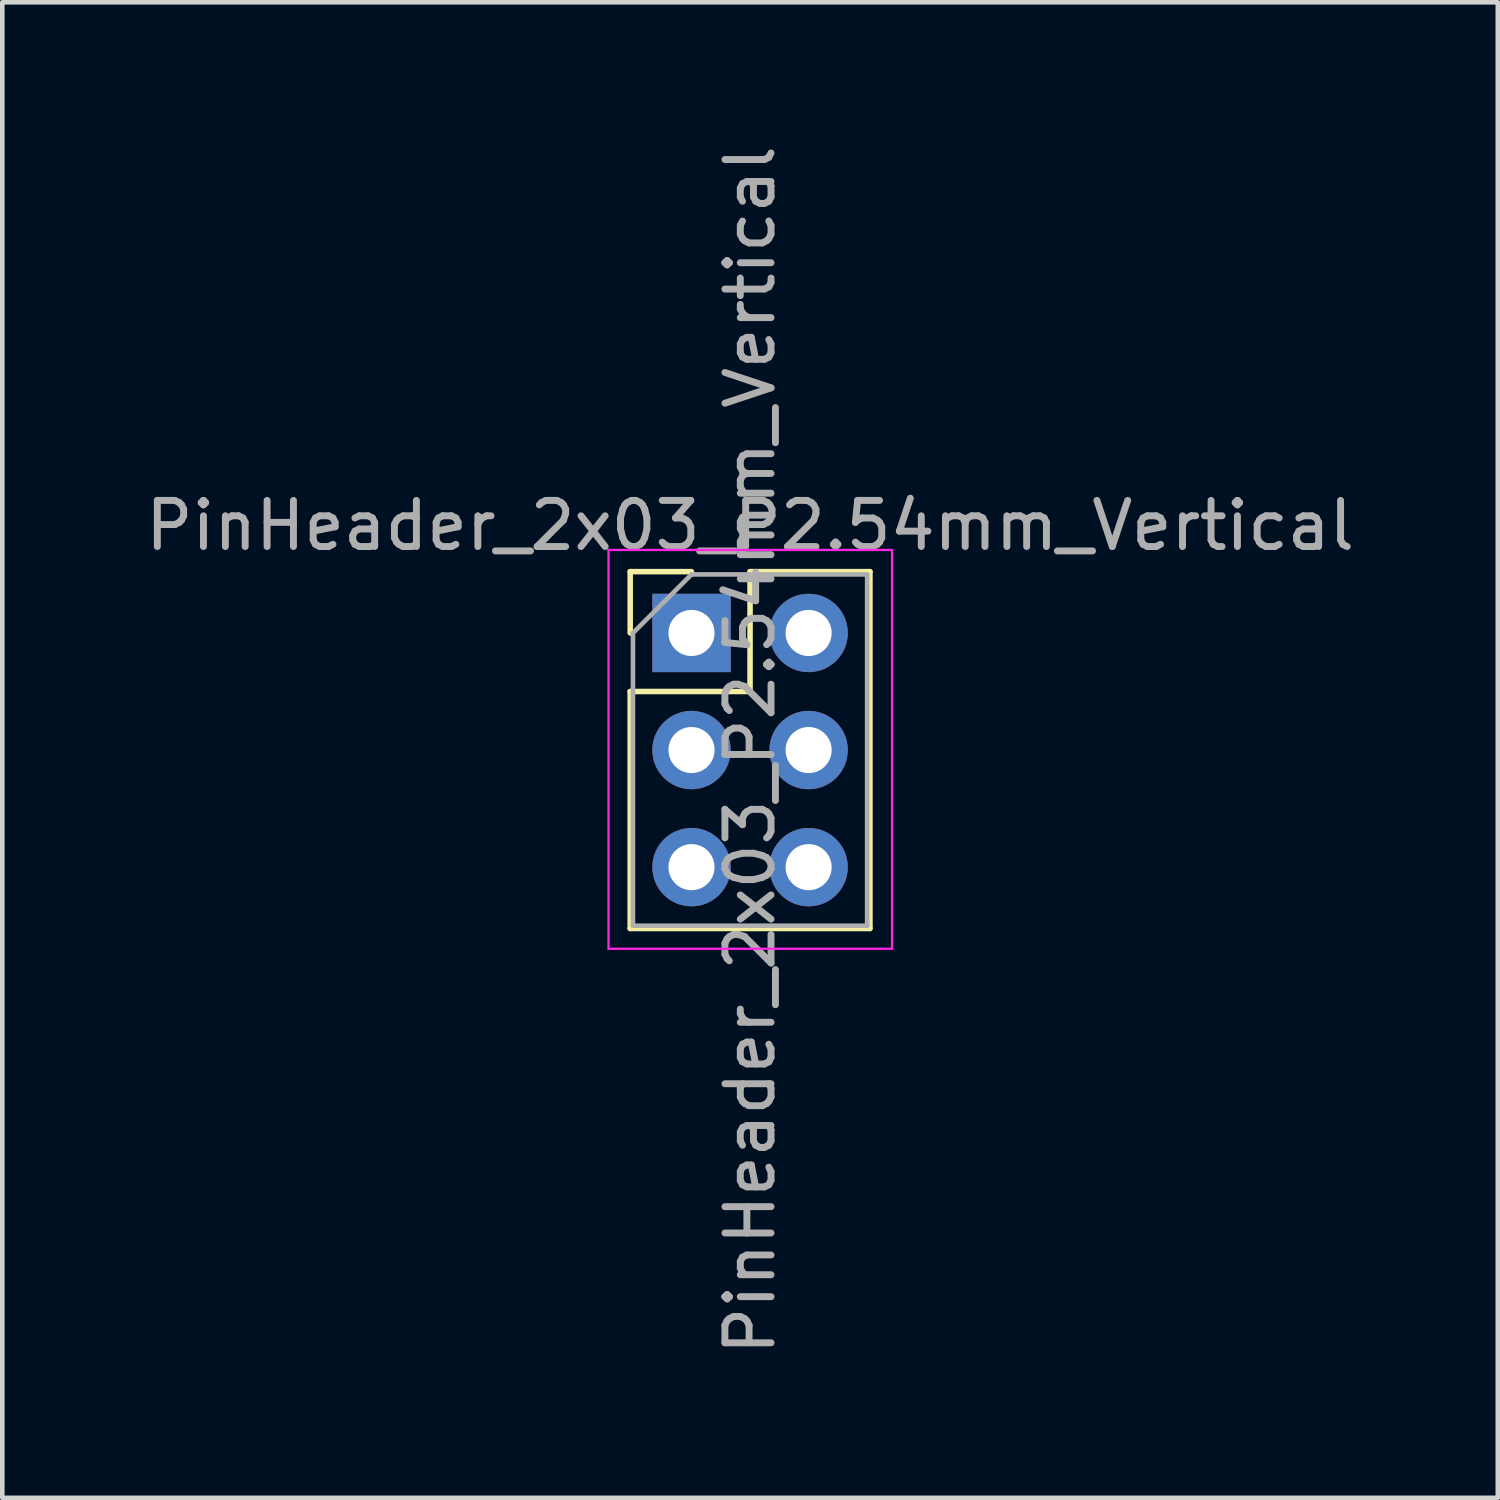
<source format=kicad_pcb>
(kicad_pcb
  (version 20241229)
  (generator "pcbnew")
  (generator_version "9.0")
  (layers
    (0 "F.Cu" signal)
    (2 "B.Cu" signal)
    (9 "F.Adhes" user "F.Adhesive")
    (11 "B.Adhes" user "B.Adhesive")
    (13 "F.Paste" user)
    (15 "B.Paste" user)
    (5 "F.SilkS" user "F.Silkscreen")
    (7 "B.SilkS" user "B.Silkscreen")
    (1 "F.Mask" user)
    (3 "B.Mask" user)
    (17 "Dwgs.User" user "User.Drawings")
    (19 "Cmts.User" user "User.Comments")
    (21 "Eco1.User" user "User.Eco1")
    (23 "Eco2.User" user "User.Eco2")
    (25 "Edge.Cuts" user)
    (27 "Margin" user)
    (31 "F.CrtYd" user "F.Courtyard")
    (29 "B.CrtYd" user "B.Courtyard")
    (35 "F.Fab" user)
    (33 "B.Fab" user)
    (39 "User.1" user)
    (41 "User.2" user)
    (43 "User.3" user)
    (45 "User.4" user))
  (footprint "PinHeader_2x03_P2.54mm_Vertical"
    (layer "F.Cu")
    (at 11.95 10.68)
    (property "Reference" "PinHeader_2x03_P2.54mm_Vertical" (at 1.27 -2.33 0) (layer "F.Fab") (effects (font (size 1 1) (thickness 0.15))))
    (attr through_hole)
    (fp_line (start -1.33 -1.33) (end 0 -1.33) (stroke (width 0.12) (type solid)) (layer "F.SilkS"))
    (fp_line (start -1.33 0) (end -1.33 -1.33) (stroke (width 0.12) (type solid)) (layer "F.SilkS"))
    (fp_line (start -1.33 1.27) (end -1.33 6.41) (stroke (width 0.12) (type solid)) (layer "F.SilkS"))
    (fp_line (start -1.33 1.27) (end 1.27 1.27) (stroke (width 0.12) (type solid)) (layer "F.SilkS"))
    (fp_line (start -1.33 6.41) (end 3.87 6.41) (stroke (width 0.12) (type solid)) (layer "F.SilkS"))
    (fp_line (start 1.27 -1.33) (end 3.87 -1.33) (stroke (width 0.12) (type solid)) (layer "F.SilkS"))
    (fp_line (start 1.27 1.27) (end 1.27 -1.33) (stroke (width 0.12) (type solid)) (layer "F.SilkS"))
    (fp_line (start 3.87 -1.33) (end 3.87 6.41) (stroke (width 0.12) (type solid)) (layer "F.SilkS"))
    (fp_line (start -1.8 -1.8) (end -1.8 6.85) (stroke (width 0.05) (type solid)) (layer "F.CrtYd"))
    (fp_line (start -1.8 6.85) (end 4.35 6.85) (stroke (width 0.05) (type solid)) (layer "F.CrtYd"))
    (fp_line (start 4.35 -1.8) (end -1.8 -1.8) (stroke (width 0.05) (type solid)) (layer "F.CrtYd"))
    (fp_line (start 4.35 6.85) (end 4.35 -1.8) (stroke (width 0.05) (type solid)) (layer "F.CrtYd"))
    (fp_line (start -1.27 0) (end 0 -1.27) (stroke (width 0.1) (type solid)) (layer "F.Fab"))
    (fp_line (start -1.27 6.35) (end -1.27 0) (stroke (width 0.1) (type solid)) (layer "F.Fab"))
    (fp_line (start 0 -1.27) (end 3.81 -1.27) (stroke (width 0.1) (type solid)) (layer "F.Fab"))
    (fp_line (start 3.81 -1.27) (end 3.81 6.35) (stroke (width 0.1) (type solid)) (layer "F.Fab"))
    (fp_line (start 3.81 6.35) (end -1.27 6.35) (stroke (width 0.1) (type solid)) (layer "F.Fab"))
    (fp_text user "${REFERENCE}" (at 1.27 2.54 90) (layer "F.Fab") (effects (font (size 1 1) (thickness 0.15))))
    (pad "1" thru_hole rect (at 0 0) (size 1.7 1.7) (drill 1) (layers "*.Cu" "*.Mask"))
    (pad "2" thru_hole oval (at 2.54 0) (size 1.7 1.7) (drill 1) (layers "*.Cu" "*.Mask"))
    (pad "3" thru_hole oval (at 0 2.54) (size 1.7 1.7) (drill 1) (layers "*.Cu" "*.Mask"))
    (pad "4" thru_hole oval (at 2.54 2.54) (size 1.7 1.7) (drill 1) (layers "*.Cu" "*.Mask"))
    (pad "5" thru_hole oval (at 0 5.08) (size 1.7 1.7) (drill 1) (layers "*.Cu" "*.Mask"))
    (pad "6" thru_hole oval (at 2.54 5.08) (size 1.7 1.7) (drill 1) (layers "*.Cu" "*.Mask")))
  (gr_rect
    (start -3 -3)
    (end 29.44 29.44)
    (stroke (width 0.1) (type default))
    (fill no)
    (layer "Edge.Cuts")))
</source>
